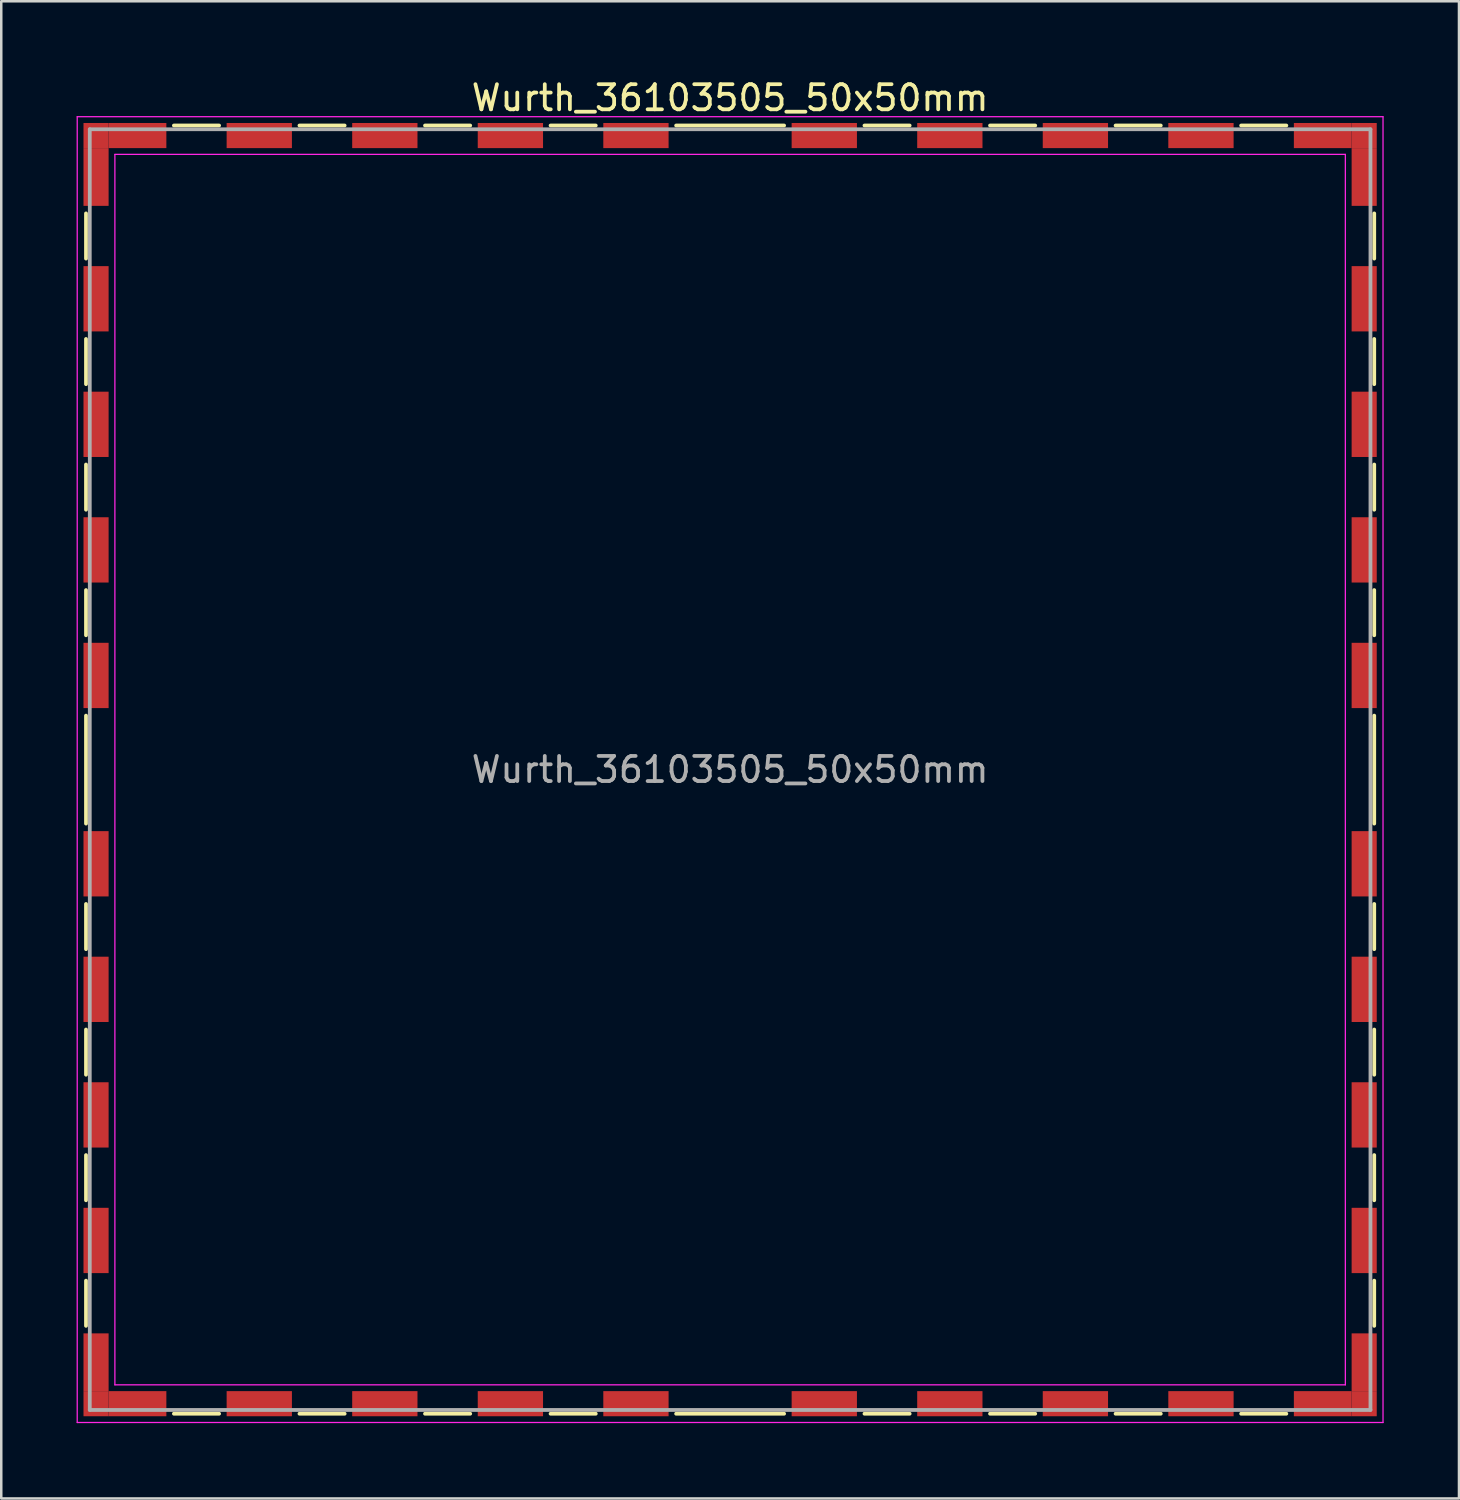
<source format=kicad_pcb>
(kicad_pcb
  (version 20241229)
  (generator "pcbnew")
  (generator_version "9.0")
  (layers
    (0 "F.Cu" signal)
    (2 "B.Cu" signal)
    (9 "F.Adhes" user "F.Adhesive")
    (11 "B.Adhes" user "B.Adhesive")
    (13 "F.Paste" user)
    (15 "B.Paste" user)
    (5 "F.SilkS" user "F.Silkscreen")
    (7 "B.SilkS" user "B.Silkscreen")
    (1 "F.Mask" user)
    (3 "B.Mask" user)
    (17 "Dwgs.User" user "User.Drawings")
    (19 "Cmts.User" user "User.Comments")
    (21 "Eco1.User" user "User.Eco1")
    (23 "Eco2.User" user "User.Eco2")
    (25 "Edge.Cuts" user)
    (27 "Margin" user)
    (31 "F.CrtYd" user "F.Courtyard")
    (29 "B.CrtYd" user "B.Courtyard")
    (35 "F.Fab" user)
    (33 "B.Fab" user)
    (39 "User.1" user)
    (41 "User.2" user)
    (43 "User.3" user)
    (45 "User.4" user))
  (footprint "Wurth_36103505_50x50mm"
    (layer "F.Cu")
    (at 26.025 27.598)
    (property "Reference" "Wurth_36103505_50x50mm" (at 0 -26.75 0) (layer "F.SilkS") (effects (font (size 1 1) (thickness 0.15))))
    (attr smd)
    (fp_line (start -25.65 -22.15) (end -25.65 -20.35) (stroke (width 0.15) (type solid)) (layer "F.SilkS"))
    (fp_line (start -25.65 -17.15) (end -25.65 -15.35) (stroke (width 0.15) (type solid)) (layer "F.SilkS"))
    (fp_line (start -25.65 -12.15) (end -25.65 -10.35) (stroke (width 0.15) (type solid)) (layer "F.SilkS"))
    (fp_line (start -25.65 -7.15) (end -25.65 -5.35) (stroke (width 0.15) (type solid)) (layer "F.SilkS"))
    (fp_line (start -25.65 -2.15) (end -25.65 2.15) (stroke (width 0.15) (type solid)) (layer "F.SilkS"))
    (fp_line (start -25.65 5.35) (end -25.65 7.15) (stroke (width 0.15) (type solid)) (layer "F.SilkS"))
    (fp_line (start -25.65 10.35) (end -25.65 12.15) (stroke (width 0.15) (type solid)) (layer "F.SilkS"))
    (fp_line (start -25.65 15.35) (end -25.65 17.15) (stroke (width 0.15) (type solid)) (layer "F.SilkS"))
    (fp_line (start -25.65 20.35) (end -25.65 22.15) (stroke (width 0.15) (type solid)) (layer "F.SilkS"))
    (fp_line (start -22.15 -25.65) (end -20.35 -25.65) (stroke (width 0.15) (type solid)) (layer "F.SilkS"))
    (fp_line (start -22.15 25.65) (end -20.35 25.65) (stroke (width 0.15) (type solid)) (layer "F.SilkS"))
    (fp_line (start -17.15 -25.65) (end -15.35 -25.65) (stroke (width 0.15) (type solid)) (layer "F.SilkS"))
    (fp_line (start -17.15 25.65) (end -15.35 25.65) (stroke (width 0.15) (type solid)) (layer "F.SilkS"))
    (fp_line (start -12.15 -25.65) (end -10.35 -25.65) (stroke (width 0.15) (type solid)) (layer "F.SilkS"))
    (fp_line (start -12.15 25.65) (end -10.35 25.65) (stroke (width 0.15) (type solid)) (layer "F.SilkS"))
    (fp_line (start -7.15 -25.65) (end -5.35 -25.65) (stroke (width 0.15) (type solid)) (layer "F.SilkS"))
    (fp_line (start -7.15 25.65) (end -5.35 25.65) (stroke (width 0.15) (type solid)) (layer "F.SilkS"))
    (fp_line (start -2.15 -25.65) (end 2.15 -25.65) (stroke (width 0.15) (type solid)) (layer "F.SilkS"))
    (fp_line (start -2.15 25.65) (end 2.15 25.65) (stroke (width 0.15) (type solid)) (layer "F.SilkS"))
    (fp_line (start 5.35 -25.65) (end 7.15 -25.65) (stroke (width 0.15) (type solid)) (layer "F.SilkS"))
    (fp_line (start 5.35 25.65) (end 7.15 25.65) (stroke (width 0.15) (type solid)) (layer "F.SilkS"))
    (fp_line (start 10.35 -25.65) (end 12.15 -25.65) (stroke (width 0.15) (type solid)) (layer "F.SilkS"))
    (fp_line (start 10.35 25.65) (end 12.15 25.65) (stroke (width 0.15) (type solid)) (layer "F.SilkS"))
    (fp_line (start 15.35 -25.65) (end 17.15 -25.65) (stroke (width 0.15) (type solid)) (layer "F.SilkS"))
    (fp_line (start 15.35 25.65) (end 17.15 25.65) (stroke (width 0.15) (type solid)) (layer "F.SilkS"))
    (fp_line (start 20.35 -25.65) (end 22.15 -25.65) (stroke (width 0.15) (type solid)) (layer "F.SilkS"))
    (fp_line (start 20.35 25.65) (end 22.15 25.65) (stroke (width 0.15) (type solid)) (layer "F.SilkS"))
    (fp_line (start 25.65 -22.15) (end 25.65 -20.35) (stroke (width 0.15) (type solid)) (layer "F.SilkS"))
    (fp_line (start 25.65 -17.15) (end 25.65 -15.35) (stroke (width 0.15) (type solid)) (layer "F.SilkS"))
    (fp_line (start 25.65 -12.15) (end 25.65 -10.35) (stroke (width 0.15) (type solid)) (layer "F.SilkS"))
    (fp_line (start 25.65 -7.15) (end 25.65 -5.35) (stroke (width 0.15) (type solid)) (layer "F.SilkS"))
    (fp_line (start 25.65 -2.15) (end 25.65 2.15) (stroke (width 0.15) (type solid)) (layer "F.SilkS"))
    (fp_line (start 25.65 5.35) (end 25.65 7.15) (stroke (width 0.15) (type solid)) (layer "F.SilkS"))
    (fp_line (start 25.65 10.35) (end 25.65 12.15) (stroke (width 0.15) (type solid)) (layer "F.SilkS"))
    (fp_line (start 25.65 15.35) (end 25.65 17.15) (stroke (width 0.15) (type solid)) (layer "F.SilkS"))
    (fp_line (start 25.65 20.35) (end 25.65 22.15) (stroke (width 0.15) (type solid)) (layer "F.SilkS"))
    (fp_line (start -26 -26) (end -26 26) (stroke (width 0.05) (type solid)) (layer "F.CrtYd"))
    (fp_line (start -26 26) (end 26 26) (stroke (width 0.05) (type solid)) (layer "F.CrtYd"))
    (fp_line (start -24.5 -24.5) (end -24.5 24.5) (stroke (width 0.05) (type solid)) (layer "F.CrtYd"))
    (fp_line (start -24.5 24.5) (end 24.5 24.5) (stroke (width 0.05) (type solid)) (layer "F.CrtYd"))
    (fp_line (start 24.5 -24.5) (end -24.5 -24.5) (stroke (width 0.05) (type solid)) (layer "F.CrtYd"))
    (fp_line (start 24.5 24.5) (end 24.5 -24.5) (stroke (width 0.05) (type solid)) (layer "F.CrtYd"))
    (fp_line (start 26 -26) (end -26 -26) (stroke (width 0.05) (type solid)) (layer "F.CrtYd"))
    (fp_line (start 26 26) (end 26 -26) (stroke (width 0.05) (type solid)) (layer "F.CrtYd"))
    (fp_line (start -25.5 -25.5) (end -25.5 25.5) (stroke (width 0.15) (type solid)) (layer "F.Fab"))
    (fp_line (start -25.5 25.5) (end 25.5 25.5) (stroke (width 0.15) (type solid)) (layer "F.Fab"))
    (fp_line (start 25.5 -25.5) (end -25.5 -25.5) (stroke (width 0.15) (type solid)) (layer "F.Fab"))
    (fp_line (start 25.5 25.5) (end 25.5 -25.5) (stroke (width 0.15) (type solid)) (layer "F.Fab"))
    (fp_text user "${REFERENCE}" (at 0 0 0) (layer "F.Fab") (effects (font (size 1 1) (thickness 0.15))))
    (pad "1" smd rect (at -25.25 -25.25) (size 1 1) (layers "F.Cu" "F.Mask"))
    (pad "1" smd rect (at -25.25 -23.6) (size 1 2.3) (layers "F.Cu" "F.Mask"))
    (pad "1" smd rect (at -25.25 -18.75) (size 1 2.6) (layers "F.Cu" "F.Mask"))
    (pad "1" smd rect (at -25.25 -13.75) (size 1 2.6) (layers "F.Cu" "F.Mask"))
    (pad "1" smd rect (at -25.25 -8.75) (size 1 2.6) (layers "F.Cu" "F.Mask"))
    (pad "1" smd rect (at -25.25 -3.75) (size 1 2.6) (layers "F.Cu" "F.Mask"))
    (pad "1" smd rect (at -25.25 3.75) (size 1 2.6) (layers "F.Cu" "F.Mask"))
    (pad "1" smd rect (at -25.25 8.75) (size 1 2.6) (layers "F.Cu" "F.Mask"))
    (pad "1" smd rect (at -25.25 13.75) (size 1 2.6) (layers "F.Cu" "F.Mask"))
    (pad "1" smd rect (at -25.25 18.75) (size 1 2.6) (layers "F.Cu" "F.Mask"))
    (pad "1" smd rect (at -25.25 23.6) (size 1 2.3) (layers "F.Cu" "F.Mask"))
    (pad "1" smd rect (at -25.25 25.25) (size 1 1) (layers "F.Cu" "F.Mask"))
    (pad "1" smd rect (at -23.6 -25.25) (size 2.3 1) (layers "F.Cu" "F.Mask"))
    (pad "1" smd rect (at -23.6 25.25) (size 2.3 1) (layers "F.Cu" "F.Mask"))
    (pad "1" smd rect (at -18.75 -25.25) (size 2.6 1) (layers "F.Cu" "F.Mask"))
    (pad "1" smd rect (at -18.75 25.25) (size 2.6 1) (layers "F.Cu" "F.Mask"))
    (pad "1" smd rect (at -13.75 -25.25) (size 2.6 1) (layers "F.Cu" "F.Mask"))
    (pad "1" smd rect (at -13.75 25.25) (size 2.6 1) (layers "F.Cu" "F.Mask"))
    (pad "1" smd rect (at -8.75 -25.25) (size 2.6 1) (layers "F.Cu" "F.Mask"))
    (pad "1" smd rect (at -8.75 25.25) (size 2.6 1) (layers "F.Cu" "F.Mask"))
    (pad "1" smd rect (at -3.75 -25.25) (size 2.6 1) (layers "F.Cu" "F.Mask"))
    (pad "1" smd rect (at -3.75 25.25) (size 2.6 1) (layers "F.Cu" "F.Mask"))
    (pad "1" smd rect (at 3.75 -25.25) (size 2.6 1) (layers "F.Cu" "F.Mask"))
    (pad "1" smd rect (at 3.75 25.25) (size 2.6 1) (layers "F.Cu" "F.Mask"))
    (pad "1" smd rect (at 8.75 -25.25) (size 2.6 1) (layers "F.Cu" "F.Mask"))
    (pad "1" smd rect (at 8.75 25.25) (size 2.6 1) (layers "F.Cu" "F.Mask"))
    (pad "1" smd rect (at 13.75 -25.25) (size 2.6 1) (layers "F.Cu" "F.Mask"))
    (pad "1" smd rect (at 13.75 25.25) (size 2.6 1) (layers "F.Cu" "F.Mask"))
    (pad "1" smd rect (at 18.75 -25.25) (size 2.6 1) (layers "F.Cu" "F.Mask"))
    (pad "1" smd rect (at 18.75 25.25) (size 2.6 1) (layers "F.Cu" "F.Mask"))
    (pad "1" smd rect (at 23.6 -25.25) (size 2.3 1) (layers "F.Cu" "F.Mask"))
    (pad "1" smd rect (at 23.6 25.25) (size 2.3 1) (layers "F.Cu" "F.Mask"))
    (pad "1" smd rect (at 25.25 -25.25) (size 1 1) (layers "F.Cu" "F.Mask"))
    (pad "1" smd rect (at 25.25 -23.6) (size 1 2.3) (layers "F.Cu" "F.Mask"))
    (pad "1" smd rect (at 25.25 -18.75) (size 1 2.6) (layers "F.Cu" "F.Mask"))
    (pad "1" smd rect (at 25.25 -13.75) (size 1 2.6) (layers "F.Cu" "F.Mask"))
    (pad "1" smd rect (at 25.25 -8.75) (size 1 2.6) (layers "F.Cu" "F.Mask"))
    (pad "1" smd rect (at 25.25 -3.75) (size 1 2.6) (layers "F.Cu" "F.Mask"))
    (pad "1" smd rect (at 25.25 3.75) (size 1 2.6) (layers "F.Cu" "F.Mask"))
    (pad "1" smd rect (at 25.25 8.75) (size 1 2.6) (layers "F.Cu" "F.Mask"))
    (pad "1" smd rect (at 25.25 13.75) (size 1 2.6) (layers "F.Cu" "F.Mask"))
    (pad "1" smd rect (at 25.25 18.75) (size 1 2.6) (layers "F.Cu" "F.Mask"))
    (pad "1" smd rect (at 25.25 23.6) (size 1 2.3) (layers "F.Cu" "F.Mask"))
    (pad "1" smd rect (at 25.25 25.25) (size 1 1) (layers "F.Cu" "F.Mask")))
  (gr_rect
    (start -3 -3)
    (end 55.05 56.623)
    (stroke (width 0.1) (type default))
    (fill no)
    (layer "Edge.Cuts")))
</source>
